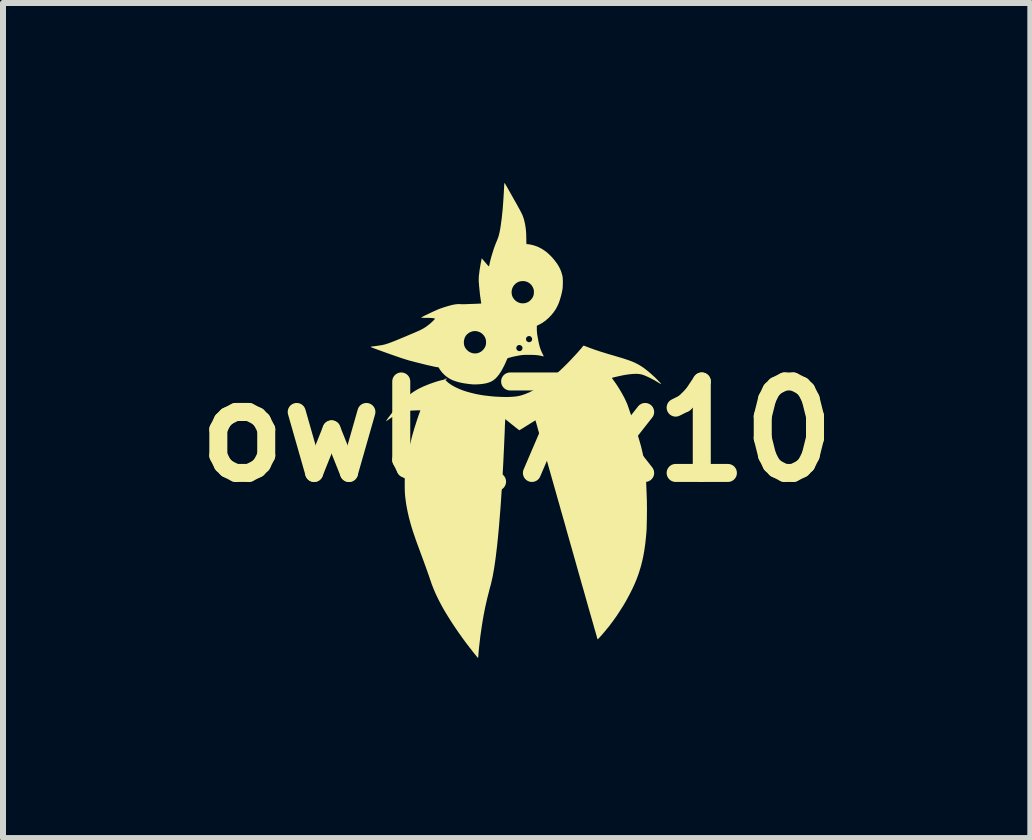
<source format=kicad_pcb>
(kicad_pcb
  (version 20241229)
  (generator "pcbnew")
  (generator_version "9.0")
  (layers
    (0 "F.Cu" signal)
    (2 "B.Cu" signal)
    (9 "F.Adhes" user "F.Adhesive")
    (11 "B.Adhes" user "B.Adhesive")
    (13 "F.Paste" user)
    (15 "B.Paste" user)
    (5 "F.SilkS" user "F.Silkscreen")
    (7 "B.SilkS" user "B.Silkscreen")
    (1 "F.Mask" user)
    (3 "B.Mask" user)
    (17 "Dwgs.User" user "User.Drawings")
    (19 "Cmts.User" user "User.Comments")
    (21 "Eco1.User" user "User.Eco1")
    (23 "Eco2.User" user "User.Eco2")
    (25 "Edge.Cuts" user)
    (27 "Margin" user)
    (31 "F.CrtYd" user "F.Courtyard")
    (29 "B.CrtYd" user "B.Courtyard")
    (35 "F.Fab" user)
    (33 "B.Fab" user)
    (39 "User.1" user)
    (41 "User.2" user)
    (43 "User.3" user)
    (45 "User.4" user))
  (footprint "owl_7x10"
    (layer "F.Cu")
    (at 5.559 4.141)
    (property "Reference" "owl_7x10" (at 0 0 0) (layer "F.SilkS") (effects (font (size 1.524 1.524) (thickness 0.3))))
    (attr board_only exclude_from_pos_files exclude_from_bom)
    (fp_poly (pts (xy -0.2 -4.14) (xy -0.199 -4.139) (xy -0.196 -4.134) (xy -0.189 -4.123) (xy -0.18 -4.107) (xy -0.168 -4.087) (xy -0.154 -4.063) (xy -0.139 -4.035) (xy -0.122 -4.006) (xy -0.104 -3.974) (xy -0.086 -3.941) (xy -0.067 -3.908) (xy -0.048 -3.874) (xy -0.029 -3.841) (xy -0.011 -3.809) (xy 0.006 -3.779) (xy 0.021 -3.751) (xy 0.027 -3.74) (xy 0.047 -3.704) (xy 0.063 -3.674) (xy 0.077 -3.647) (xy 0.088 -3.624) (xy 0.098 -3.603) (xy 0.105 -3.584) (xy 0.112 -3.565) (xy 0.118 -3.546) (xy 0.124 -3.525) (xy 0.127 -3.513) (xy 0.139 -3.461) (xy 0.148 -3.408) (xy 0.155 -3.351) (xy 0.159 -3.291) (xy 0.16 -3.225) (xy 0.161 -3.214) (xy 0.161 -3.186) (xy 0.161 -3.163) (xy 0.162 -3.144) (xy 0.163 -3.132) (xy 0.164 -3.126) (xy 0.164 -3.125) (xy 0.17 -3.123) (xy 0.179 -3.123) (xy 0.183 -3.122) (xy 0.199 -3.121) (xy 0.219 -3.118) (xy 0.243 -3.113) (xy 0.268 -3.107) (xy 0.293 -3.1) (xy 0.306 -3.096) (xy 0.363 -3.074) (xy 0.417 -3.046) (xy 0.469 -3.012) (xy 0.52 -2.972) (xy 0.569 -2.925) (xy 0.617 -2.872) (xy 0.63 -2.855) (xy 0.668 -2.806) (xy 0.699 -2.757) (xy 0.724 -2.709) (xy 0.744 -2.659) (xy 0.759 -2.607) (xy 0.763 -2.592) (xy 0.766 -2.573) (xy 0.768 -2.55) (xy 0.769 -2.522) (xy 0.77 -2.492) (xy 0.769 -2.461) (xy 0.768 -2.43) (xy 0.767 -2.402) (xy 0.764 -2.377) (xy 0.763 -2.367) (xy 0.754 -2.322) (xy 0.743 -2.275) (xy 0.73 -2.228) (xy 0.716 -2.183) (xy 0.701 -2.141) (xy 0.685 -2.104) (xy 0.683 -2.099) (xy 0.653 -2.042) (xy 0.617 -1.989) (xy 0.575 -1.938) (xy 0.53 -1.891) (xy 0.481 -1.849) (xy 0.429 -1.812) (xy 0.374 -1.781) (xy 0.367 -1.778) (xy 0.336 -1.763) (xy 0.336 -1.716) (xy 0.336 -1.69) (xy 0.338 -1.664) (xy 0.34 -1.637) (xy 0.344 -1.607) (xy 0.35 -1.573) (xy 0.357 -1.533) (xy 0.361 -1.512) (xy 0.37 -1.47) (xy 0.379 -1.432) (xy 0.389 -1.398) (xy 0.4 -1.365) (xy 0.414 -1.332) (xy 0.43 -1.298) (xy 0.439 -1.279) (xy 0.446 -1.266) (xy 0.449 -1.257) (xy 0.45 -1.253) (xy 0.449 -1.252) (xy 0.445 -1.253) (xy 0.416 -1.26) (xy 0.389 -1.266) (xy 0.363 -1.27) (xy 0.337 -1.273) (xy 0.31 -1.276) (xy 0.279 -1.277) (xy 0.244 -1.278) (xy 0.203 -1.278) (xy 0.172 -1.278) (xy 0.147 -1.278) (xy 0.126 -1.277) (xy 0.108 -1.276) (xy 0.091 -1.275) (xy 0.075 -1.273) (xy 0.058 -1.27) (xy 0.057 -1.27) (xy 0.031 -1.266) (xy 0.003 -1.26) (xy -0.025 -1.255) (xy -0.052 -1.249) (xy -0.079 -1.243) (xy -0.102 -1.236) (xy -0.123 -1.231) (xy -0.139 -1.226) (xy -0.15 -1.221) (xy -0.154 -1.219) (xy -0.157 -1.214) (xy -0.161 -1.204) (xy -0.167 -1.19) (xy -0.173 -1.176) (xy -0.185 -1.148) (xy -0.199 -1.117) (xy -0.215 -1.085) (xy -0.232 -1.053) (xy -0.248 -1.023) (xy -0.264 -0.997) (xy -0.268 -0.99) (xy -0.296 -0.949) (xy -0.324 -0.914) (xy -0.351 -0.885) (xy -0.38 -0.861) (xy -0.41 -0.841) (xy -0.443 -0.825) (xy -0.48 -0.812) (xy -0.521 -0.802) (xy -0.532 -0.8) (xy -0.567 -0.794) (xy -0.605 -0.79) (xy -0.646 -0.787) (xy -0.687 -0.786) (xy -0.724 -0.786) (xy -0.741 -0.787) (xy -0.799 -0.793) (xy -0.851 -0.8) (xy -0.9 -0.808) (xy -0.946 -0.818) (xy -0.971 -0.824) (xy -1.023 -0.84) (xy -1.07 -0.857) (xy -1.112 -0.878) (xy -1.15 -0.902) (xy -1.187 -0.93) (xy -1.21 -0.951) (xy -1.243 -0.985) (xy -1.271 -1.021) (xy -1.291 -1.052) (xy -1.298 -1.063) (xy -1.303 -1.07) (xy -1.307 -1.072) (xy -1.313 -1.072) (xy -1.321 -1.072) (xy -1.336 -1.075) (xy -1.356 -1.078) (xy -1.383 -1.084) (xy -1.414 -1.091) (xy -1.45 -1.099) (xy -1.491 -1.108) (xy -1.535 -1.119) (xy -1.583 -1.131) (xy -1.634 -1.144) (xy -1.687 -1.157) (xy -1.743 -1.172) (xy -1.778 -1.181) (xy -1.805 -1.188) (xy -1.839 -1.199) (xy -1.878 -1.211) (xy -1.925 -1.226) (xy -1.977 -1.244) (xy -2.035 -1.264) (xy -2.098 -1.286) (xy -2.168 -1.311) (xy -2.243 -1.338) (xy -2.323 -1.367) (xy -2.383 -1.389) (xy -2.405 -1.397) (xy -2.42 -1.404) (xy -2.429 -1.409) (xy -2.431 -1.413) (xy -2.427 -1.416) (xy -2.417 -1.417) (xy -2.415 -1.417) (xy -2.399 -1.419) (xy -2.378 -1.421) (xy -2.354 -1.424) (xy -2.327 -1.428) (xy -2.3 -1.432) (xy -2.275 -1.436) (xy -2.252 -1.439) (xy -2.234 -1.443) (xy -2.226 -1.445) (xy -2.203 -1.45) (xy -2.179 -1.457) (xy -2.153 -1.465) (xy -2.124 -1.475) (xy -2.091 -1.487) (xy -2.061 -1.499) (xy -0.88 -1.499) (xy -0.879 -1.463) (xy -0.873 -1.431) (xy -0.861 -1.402) (xy -0.843 -1.376) (xy -0.827 -1.358) (xy -0.799 -1.334) (xy -0.768 -1.317) (xy -0.735 -1.306) (xy -0.7 -1.301) (xy -0.665 -1.304) (xy -0.657 -1.305) (xy -0.625 -1.315) (xy -0.595 -1.331) (xy -0.568 -1.353) (xy -0.545 -1.378) (xy -0.534 -1.396) (xy -0.006 -1.396) (xy -0.005 -1.378) (xy 0.002 -1.363) (xy 0.014 -1.351) (xy 0.028 -1.343) (xy 0.045 -1.34) (xy 0.062 -1.342) (xy 0.074 -1.347) (xy 0.084 -1.357) (xy 0.092 -1.37) (xy 0.097 -1.385) (xy 0.098 -1.398) (xy 0.091 -1.415) (xy 0.081 -1.429) (xy 0.067 -1.437) (xy 0.053 -1.442) (xy 0.037 -1.442) (xy 0.022 -1.437) (xy 0.01 -1.429) (xy -0.000153 -1.416) (xy -0.006 -1.399) (xy -0.006 -1.396) (xy -0.534 -1.396) (xy -0.527 -1.407) (xy -0.515 -1.438) (xy -0.513 -1.449) (xy -0.51 -1.47) (xy -0.51 -1.495) (xy -0.512 -1.52) (xy -0.516 -1.537) (xy 0.156 -1.537) (xy 0.158 -1.522) (xy 0.164 -1.511) (xy 0.165 -1.509) (xy 0.18 -1.497) (xy 0.197 -1.49) (xy 0.214 -1.489) (xy 0.231 -1.495) (xy 0.233 -1.496) (xy 0.247 -1.508) (xy 0.255 -1.523) (xy 0.258 -1.54) (xy 0.255 -1.557) (xy 0.245 -1.573) (xy 0.237 -1.582) (xy 0.223 -1.59) (xy 0.206 -1.592) (xy 0.19 -1.589) (xy 0.175 -1.581) (xy 0.163 -1.569) (xy 0.161 -1.565) (xy 0.157 -1.552) (xy 0.156 -1.537) (xy -0.516 -1.537) (xy -0.517 -1.543) (xy -0.519 -1.55) (xy -0.534 -1.582) (xy -0.554 -1.609) (xy -0.578 -1.633) (xy -0.606 -1.652) (xy -0.637 -1.665) (xy -0.669 -1.673) (xy -0.702 -1.675) (xy -0.728 -1.672) (xy -0.764 -1.661) (xy -0.796 -1.645) (xy -0.823 -1.624) (xy -0.846 -1.599) (xy -0.863 -1.569) (xy -0.874 -1.536) (xy -0.88 -1.5) (xy -0.88 -1.499) (xy -2.061 -1.499) (xy -2.055 -1.501) (xy -2.015 -1.517) (xy -1.969 -1.536) (xy -1.919 -1.557) (xy -1.863 -1.58) (xy -1.837 -1.591) (xy -1.807 -1.604) (xy -1.776 -1.617) (xy -1.748 -1.629) (xy -1.721 -1.64) (xy -1.698 -1.65) (xy -1.68 -1.658) (xy -1.667 -1.663) (xy -1.666 -1.664) (xy -1.607 -1.69) (xy -1.553 -1.719) (xy -1.502 -1.752) (xy -1.455 -1.788) (xy -1.442 -1.799) (xy -1.427 -1.812) (xy -1.412 -1.826) (xy -1.397 -1.84) (xy -1.384 -1.854) (xy -1.373 -1.865) (xy -1.365 -1.874) (xy -1.362 -1.88) (xy -1.361 -1.88) (xy -1.365 -1.884) (xy -1.375 -1.887) (xy -1.391 -1.889) (xy -1.413 -1.892) (xy -1.439 -1.893) (xy -1.47 -1.895) (xy -1.505 -1.895) (xy -1.52 -1.895) (xy -1.544 -1.895) (xy -1.563 -1.896) (xy -1.575 -1.896) (xy -1.583 -1.897) (xy -1.587 -1.899) (xy -1.588 -1.9) (xy -1.587 -1.901) (xy -1.586 -1.903) (xy -1.583 -1.906) (xy -1.577 -1.909) (xy -1.569 -1.913) (xy -1.557 -1.919) (xy -1.542 -1.927) (xy -1.522 -1.937) (xy -1.496 -1.949) (xy -1.466 -1.964) (xy -1.452 -1.97) (xy -1.411 -1.99) (xy -1.376 -2.006) (xy -1.344 -2.02) (xy -1.315 -2.033) (xy -1.287 -2.044) (xy -1.261 -2.054) (xy -1.233 -2.063) (xy -1.214 -2.07) (xy -1.155 -2.088) (xy -1.102 -2.103) (xy -1.055 -2.114) (xy -1.014 -2.121) (xy -0.978 -2.124) (xy -0.951 -2.124) (xy -0.933 -2.123) (xy -0.912 -2.122) (xy -0.893 -2.122) (xy -0.893 -2.122) (xy -0.881 -2.122) (xy -0.865 -2.122) (xy -0.844 -2.123) (xy -0.82 -2.124) (xy -0.794 -2.125) (xy -0.766 -2.126) (xy -0.737 -2.127) (xy -0.709 -2.128) (xy -0.682 -2.129) (xy -0.657 -2.13) (xy -0.634 -2.131) (xy -0.616 -2.132) (xy -0.602 -2.133) (xy -0.593 -2.134) (xy -0.591 -2.134) (xy -0.591 -2.138) (xy -0.592 -2.148) (xy -0.594 -2.162) (xy -0.597 -2.18) (xy -0.599 -2.195) (xy -0.605 -2.235) (xy -0.611 -2.28) (xy -0.616 -2.328) (xy -0.616 -2.329) (xy -0.085 -2.329) (xy -0.083 -2.297) (xy -0.077 -2.266) (xy -0.064 -2.236) (xy -0.045 -2.208) (xy -0.03 -2.191) (xy -0.002 -2.168) (xy 0.029 -2.151) (xy 0.063 -2.14) (xy 0.098 -2.136) (xy 0.134 -2.139) (xy 0.138 -2.139) (xy 0.17 -2.149) (xy 0.2 -2.164) (xy 0.227 -2.185) (xy 0.25 -2.211) (xy 0.269 -2.239) (xy 0.28 -2.266) (xy 0.284 -2.286) (xy 0.287 -2.309) (xy 0.287 -2.333) (xy 0.286 -2.355) (xy 0.283 -2.369) (xy 0.27 -2.403) (xy 0.252 -2.433) (xy 0.229 -2.459) (xy 0.202 -2.48) (xy 0.171 -2.496) (xy 0.138 -2.505) (xy 0.104 -2.508) (xy 0.069 -2.505) (xy 0.036 -2.497) (xy 0.007 -2.483) (xy -0.019 -2.464) (xy -0.041 -2.442) (xy -0.059 -2.417) (xy -0.072 -2.389) (xy -0.081 -2.359) (xy -0.085 -2.329) (xy -0.616 -2.329) (xy -0.621 -2.377) (xy -0.626 -2.424) (xy -0.629 -2.468) (xy -0.63 -2.476) (xy -0.632 -2.505) (xy -0.632 -2.529) (xy -0.632 -2.551) (xy -0.631 -2.572) (xy -0.63 -2.589) (xy -0.627 -2.615) (xy -0.623 -2.646) (xy -0.619 -2.681) (xy -0.613 -2.718) (xy -0.607 -2.756) (xy -0.601 -2.793) (xy -0.594 -2.827) (xy -0.588 -2.856) (xy -0.586 -2.868) (xy -0.582 -2.887) (xy -0.522 -2.817) (xy -0.506 -2.798) (xy -0.491 -2.781) (xy -0.479 -2.767) (xy -0.469 -2.758) (xy -0.463 -2.752) (xy -0.462 -2.752) (xy -0.46 -2.757) (xy -0.458 -2.767) (xy -0.454 -2.782) (xy -0.45 -2.799) (xy -0.449 -2.806) (xy -0.437 -2.857) (xy -0.423 -2.909) (xy -0.407 -2.962) (xy -0.391 -3.014) (xy -0.375 -3.064) (xy -0.358 -3.109) (xy -0.344 -3.145) (xy -0.332 -3.173) (xy -0.323 -3.195) (xy -0.316 -3.214) (xy -0.31 -3.23) (xy -0.305 -3.243) (xy -0.301 -3.257) (xy -0.297 -3.27) (xy -0.294 -3.284) (xy -0.284 -3.325) (xy -0.275 -3.373) (xy -0.266 -3.427) (xy -0.258 -3.487) (xy -0.249 -3.552) (xy -0.242 -3.621) (xy -0.234 -3.695) (xy -0.228 -3.773) (xy -0.222 -3.854) (xy -0.217 -3.937) (xy -0.214 -3.985) (xy -0.212 -4.023) (xy -0.21 -4.055) (xy -0.209 -4.08) (xy -0.208 -4.101) (xy -0.207 -4.116) (xy -0.206 -4.127) (xy -0.205 -4.135) (xy -0.204 -4.139) (xy -0.203 -4.141) (xy -0.201 -4.141)) (stroke (width 0) (type solid)) (fill yes) (layer "F.SilkS"))
    (fp_poly (pts (xy 1.121 -1.431) (xy 1.131 -1.427) (xy 1.145 -1.422) (xy 1.161 -1.416) (xy 1.166 -1.414) (xy 1.2 -1.401) (xy 1.234 -1.388) (xy 1.27 -1.375) (xy 1.307 -1.362) (xy 1.346 -1.349) (xy 1.388 -1.335) (xy 1.434 -1.321) (xy 1.485 -1.305) (xy 1.541 -1.288) (xy 1.602 -1.27) (xy 1.611 -1.268) (xy 1.667 -1.251) (xy 1.717 -1.236) (xy 1.762 -1.223) (xy 1.801 -1.21) (xy 1.836 -1.199) (xy 1.867 -1.188) (xy 1.895 -1.178) (xy 1.921 -1.168) (xy 1.944 -1.158) (xy 1.966 -1.149) (xy 1.988 -1.138) (xy 1.998 -1.133) (xy 2.039 -1.111) (xy 2.081 -1.085) (xy 2.125 -1.055) (xy 2.171 -1.019) (xy 2.22 -0.979) (xy 2.272 -0.932) (xy 2.282 -0.923) (xy 2.298 -0.909) (xy 2.314 -0.893) (xy 2.332 -0.875) (xy 2.349 -0.858) (xy 2.365 -0.841) (xy 2.38 -0.825) (xy 2.393 -0.812) (xy 2.402 -0.8) (xy 2.408 -0.793) (xy 2.41 -0.789) (xy 2.41 -0.789) (xy 2.406 -0.79) (xy 2.398 -0.795) (xy 2.386 -0.801) (xy 2.372 -0.81) (xy 2.372 -0.81) (xy 2.33 -0.835) (xy 2.291 -0.858) (xy 2.252 -0.878) (xy 2.213 -0.898) (xy 2.205 -0.902) (xy 2.168 -0.919) (xy 2.136 -0.933) (xy 2.107 -0.944) (xy 2.08 -0.952) (xy 2.054 -0.957) (xy 2.027 -0.96) (xy 1.999 -0.962) (xy 1.985 -0.962) (xy 1.936 -0.96) (xy 1.882 -0.955) (xy 1.824 -0.947) (xy 1.784 -0.94) (xy 1.766 -0.937) (xy 1.745 -0.932) (xy 1.721 -0.927) (xy 1.697 -0.922) (xy 1.673 -0.916) (xy 1.65 -0.911) (xy 1.629 -0.906) (xy 1.611 -0.902) (xy 1.598 -0.898) (xy 1.59 -0.896) (xy 1.589 -0.895) (xy 1.589 -0.891) (xy 1.594 -0.883) (xy 1.603 -0.869) (xy 1.611 -0.858) (xy 1.65 -0.804) (xy 1.688 -0.747) (xy 1.725 -0.687) (xy 1.76 -0.626) (xy 1.792 -0.567) (xy 1.82 -0.509) (xy 1.838 -0.468) (xy 1.843 -0.457) (xy 1.849 -0.44) (xy 1.857 -0.417) (xy 1.867 -0.39) (xy 1.877 -0.358) (xy 1.889 -0.323) (xy 1.902 -0.286) (xy 1.916 -0.246) (xy 1.93 -0.205) (xy 1.944 -0.162) (xy 1.958 -0.12) (xy 1.972 -0.079) (xy 1.985 -0.038) (xy 1.998 0.001) (xy 2.01 0.037) (xy 2.02 0.07) (xy 2.03 0.099) (xy 2.037 0.124) (xy 2.043 0.144) (xy 2.045 0.15) (xy 2.073 0.249) (xy 2.096 0.344) (xy 2.115 0.435) (xy 2.13 0.524) (xy 2.142 0.611) (xy 2.145 0.638) (xy 2.146 0.657) (xy 2.148 0.681) (xy 2.15 0.712) (xy 2.152 0.747) (xy 2.154 0.787) (xy 2.157 0.831) (xy 2.159 0.878) (xy 2.161 0.927) (xy 2.163 0.978) (xy 2.165 1.03) (xy 2.167 1.083) (xy 2.168 1.1) (xy 2.169 1.137) (xy 2.17 1.179) (xy 2.17 1.224) (xy 2.171 1.272) (xy 2.171 1.321) (xy 2.17 1.371) (xy 2.17 1.421) (xy 2.169 1.47) (xy 2.168 1.516) (xy 2.167 1.559) (xy 2.166 1.599) (xy 2.165 1.633) (xy 2.163 1.661) (xy 2.163 1.666) (xy 2.153 1.774) (xy 2.142 1.877) (xy 2.128 1.974) (xy 2.112 2.066) (xy 2.093 2.155) (xy 2.071 2.241) (xy 2.046 2.324) (xy 2.028 2.38) (xy 1.998 2.461) (xy 1.963 2.545) (xy 1.923 2.631) (xy 1.878 2.719) (xy 1.83 2.809) (xy 1.778 2.898) (xy 1.722 2.986) (xy 1.665 3.073) (xy 1.605 3.157) (xy 1.544 3.239) (xy 1.521 3.267) (xy 1.501 3.291) (xy 1.481 3.316) (xy 1.46 3.341) (xy 1.439 3.365) (xy 1.42 3.388) (xy 1.401 3.408) (xy 1.385 3.427) (xy 1.371 3.442) (xy 1.36 3.453) (xy 1.352 3.46) (xy 1.348 3.462) (xy 1.347 3.458) (xy 1.344 3.449) (xy 1.339 3.432) (xy 1.333 3.41) (xy 1.325 3.381) (xy 1.315 3.346) (xy 1.303 3.306) (xy 1.29 3.261) (xy 1.276 3.21) (xy 1.26 3.154) (xy 1.243 3.094) (xy 1.224 3.029) (xy 1.204 2.959) (xy 1.183 2.885) (xy 1.161 2.807) (xy 1.138 2.725) (xy 1.114 2.64) (xy 1.088 2.551) (xy 1.062 2.458) (xy 1.035 2.363) (xy 1.007 2.265) (xy 0.979 2.164) (xy 0.95 2.061) (xy 0.92 1.955) (xy 0.889 1.847) (xy 0.858 1.738) (xy 0.83 1.638) (xy 0.799 1.527) (xy 0.768 1.418) (xy 0.737 1.31) (xy 0.708 1.205) (xy 0.678 1.102) (xy 0.65 1.001) (xy 0.622 0.903) (xy 0.595 0.808) (xy 0.569 0.716) (xy 0.544 0.628) (xy 0.52 0.543) (xy 0.497 0.461) (xy 0.475 0.383) (xy 0.454 0.31) (xy 0.435 0.241) (xy 0.416 0.176) (xy 0.399 0.116) (xy 0.383 0.06) (xy 0.369 0.01) (xy 0.356 -0.035) (xy 0.345 -0.075) (xy 0.336 -0.108) (xy 0.328 -0.137) (xy 0.321 -0.159) (xy 0.317 -0.174) (xy 0.314 -0.184) (xy 0.313 -0.187) (xy 0.31 -0.185) (xy 0.302 -0.18) (xy 0.288 -0.172) (xy 0.271 -0.161) (xy 0.25 -0.148) (xy 0.226 -0.134) (xy 0.2 -0.117) (xy 0.182 -0.106) (xy 0.154 -0.089) (xy 0.128 -0.072) (xy 0.105 -0.058) (xy 0.085 -0.045) (xy 0.068 -0.035) (xy 0.055 -0.028) (xy 0.048 -0.023) (xy 0.046 -0.022) (xy 0.042 -0.024) (xy 0.033 -0.03) (xy 0.02 -0.04) (xy 0.003 -0.053) (xy -0.017 -0.068) (xy -0.04 -0.087) (xy -0.065 -0.107) (xy -0.074 -0.114) (xy -0.099 -0.134) (xy -0.122 -0.153) (xy -0.142 -0.169) (xy -0.16 -0.183) (xy -0.174 -0.194) (xy -0.184 -0.202) (xy -0.189 -0.206) (xy -0.19 -0.207) (xy -0.191 -0.203) (xy -0.191 -0.193) (xy -0.192 -0.179) (xy -0.193 -0.16) (xy -0.194 -0.138) (xy -0.195 -0.122) (xy -0.2 0.015) (xy -0.206 0.145) (xy -0.211 0.269) (xy -0.217 0.387) (xy -0.222 0.501) (xy -0.228 0.611) (xy -0.234 0.718) (xy -0.24 0.822) (xy -0.246 0.923) (xy -0.253 1.023) (xy -0.259 1.122) (xy -0.266 1.221) (xy -0.272 1.303) (xy -0.283 1.436) (xy -0.293 1.563) (xy -0.304 1.682) (xy -0.315 1.795) (xy -0.326 1.901) (xy -0.338 2.001) (xy -0.349 2.094) (xy -0.361 2.181) (xy -0.373 2.262) (xy -0.386 2.337) (xy -0.398 2.406) (xy -0.412 2.469) (xy -0.425 2.526) (xy -0.433 2.558) (xy -0.451 2.623) (xy -0.466 2.683) (xy -0.48 2.737) (xy -0.493 2.789) (xy -0.504 2.838) (xy -0.515 2.887) (xy -0.526 2.936) (xy -0.536 2.986) (xy -0.546 3.038) (xy -0.552 3.068) (xy -0.566 3.15) (xy -0.58 3.236) (xy -0.593 3.325) (xy -0.606 3.415) (xy -0.616 3.504) (xy -0.626 3.59) (xy -0.634 3.672) (xy -0.636 3.696) (xy -0.637 3.718) (xy -0.639 3.738) (xy -0.641 3.754) (xy -0.642 3.766) (xy -0.643 3.772) (xy -0.643 3.773) (xy -0.646 3.77) (xy -0.653 3.763) (xy -0.662 3.753) (xy -0.672 3.74) (xy -0.731 3.667) (xy -0.791 3.59) (xy -0.852 3.51) (xy -0.911 3.429) (xy -0.97 3.346) (xy -1.026 3.264) (xy -1.08 3.183) (xy -1.13 3.104) (xy -1.177 3.028) (xy -1.205 2.981) (xy -1.249 2.903) (xy -1.288 2.829) (xy -1.324 2.757) (xy -1.357 2.686) (xy -1.387 2.615) (xy -1.415 2.543) (xy -1.441 2.467) (xy -1.443 2.463) (xy -1.452 2.435) (xy -1.461 2.408) (xy -1.47 2.383) (xy -1.479 2.358) (xy -1.488 2.332) (xy -1.497 2.306) (xy -1.507 2.278) (xy -1.518 2.247) (xy -1.531 2.213) (xy -1.544 2.175) (xy -1.56 2.133) (xy -1.577 2.086) (xy -1.595 2.039) (xy -1.618 1.975) (xy -1.639 1.918) (xy -1.658 1.867) (xy -1.675 1.82) (xy -1.69 1.777) (xy -1.703 1.738) (xy -1.716 1.701) (xy -1.727 1.668) (xy -1.737 1.636) (xy -1.747 1.605) (xy -1.756 1.574) (xy -1.765 1.544) (xy -1.766 1.54) (xy -1.795 1.433) (xy -1.819 1.327) (xy -1.839 1.222) (xy -1.854 1.113) (xy -1.859 1.07) (xy -1.861 1.044) (xy -1.863 1.012) (xy -1.864 0.975) (xy -1.865 0.936) (xy -1.865 0.894) (xy -1.865 0.852) (xy -1.865 0.811) (xy -1.864 0.772) (xy -1.863 0.736) (xy -1.861 0.705) (xy -1.859 0.684) (xy -1.844 0.568) (xy -1.825 0.447) (xy -1.801 0.323) (xy -1.772 0.196) (xy -1.74 0.068) (xy -1.703 -0.06) (xy -1.662 -0.188) (xy -1.629 -0.286) (xy -1.621 -0.306) (xy -1.615 -0.324) (xy -1.61 -0.338) (xy -1.607 -0.348) (xy -1.605 -0.353) (xy -1.605 -0.353) (xy -1.609 -0.354) (xy -1.618 -0.354) (xy -1.632 -0.354) (xy -1.651 -0.354) (xy -1.672 -0.353) (xy -1.695 -0.352) (xy -1.718 -0.351) (xy -1.742 -0.35) (xy -1.764 -0.349) (xy -1.783 -0.347) (xy -1.799 -0.346) (xy -1.81 -0.345) (xy -1.844 -0.34) (xy -1.877 -0.333) (xy -1.909 -0.325) (xy -1.937 -0.317) (xy -1.955 -0.311) (xy -1.971 -0.303) (xy -1.992 -0.292) (xy -2.016 -0.278) (xy -2.043 -0.261) (xy -2.073 -0.243) (xy -2.102 -0.223) (xy -2.132 -0.202) (xy -2.152 -0.188) (xy -2.163 -0.18) (xy -2.172 -0.174) (xy -2.177 -0.171) (xy -2.178 -0.171) (xy -2.176 -0.175) (xy -2.171 -0.183) (xy -2.163 -0.196) (xy -2.152 -0.212) (xy -2.138 -0.231) (xy -2.123 -0.251) (xy -2.106 -0.273) (xy -2.089 -0.296) (xy -2.071 -0.318) (xy -2.054 -0.34) (xy -2.038 -0.36) (xy -2.029 -0.371) (xy -1.973 -0.436) (xy -1.918 -0.494) (xy -1.864 -0.547) (xy -1.81 -0.594) (xy -1.757 -0.636) (xy -1.703 -0.673) (xy -1.65 -0.704) (xy -1.605 -0.727) (xy -1.555 -0.751) (xy -1.502 -0.773) (xy -1.446 -0.795) (xy -1.389 -0.815) (xy -1.333 -0.834) (xy -1.28 -0.849) (xy -1.23 -0.861) (xy -1.22 -0.863) (xy -1.207 -0.867) (xy -1.201 -0.87) (xy -1.199 -0.874) (xy -1.199 -0.874) (xy -1.198 -0.878) (xy -1.193 -0.88) (xy -1.183 -0.88) (xy -1.182 -0.88) (xy -1.17 -0.88) (xy -1.162 -0.878) (xy -1.158 -0.876) (xy -1.161 -0.873) (xy -1.165 -0.872) (xy -1.18 -0.868) (xy -1.187 -0.865) (xy -1.189 -0.862) (xy -1.185 -0.856) (xy -1.176 -0.847) (xy -1.174 -0.845) (xy -1.135 -0.81) (xy -1.089 -0.778) (xy -1.036 -0.747) (xy -0.977 -0.719) (xy -0.913 -0.692) (xy -0.842 -0.668) (xy -0.767 -0.647) (xy -0.685 -0.627) (xy -0.654 -0.621) (xy -0.597 -0.61) (xy -0.538 -0.601) (xy -0.476 -0.594) (xy -0.414 -0.587) (xy -0.351 -0.582) (xy -0.289 -0.579) (xy -0.229 -0.577) (xy -0.171 -0.576) (xy -0.116 -0.577) (xy -0.066 -0.58) (xy -0.02 -0.584) (xy 0.019 -0.59) (xy 0.022 -0.59) (xy 0.083 -0.605) (xy 0.146 -0.627) (xy 0.212 -0.654) (xy 0.28 -0.689) (xy 0.35 -0.729) (xy 0.422 -0.775) (xy 0.496 -0.828) (xy 0.571 -0.886) (xy 0.648 -0.951) (xy 0.727 -1.021) (xy 0.806 -1.097) (xy 0.827 -1.118) (xy 0.854 -1.145) (xy 0.882 -1.174) (xy 0.911 -1.204) (xy 0.94 -1.236) (xy 0.969 -1.267) (xy 0.998 -1.298) (xy 1.024 -1.327) (xy 1.048 -1.355) (xy 1.07 -1.379) (xy 1.087 -1.4) (xy 1.101 -1.418) (xy 1.103 -1.421) (xy 1.11 -1.428) (xy 1.115 -1.432) (xy 1.116 -1.432)) (stroke (width 0) (type solid)) (fill yes) (layer "F.SilkS")))
  (gr_rect
    (start -3 -3)
    (end 14.118 10.914)
    (stroke (width 0.1) (type default))
    (fill no)
    (layer "Edge.Cuts")))
</source>
